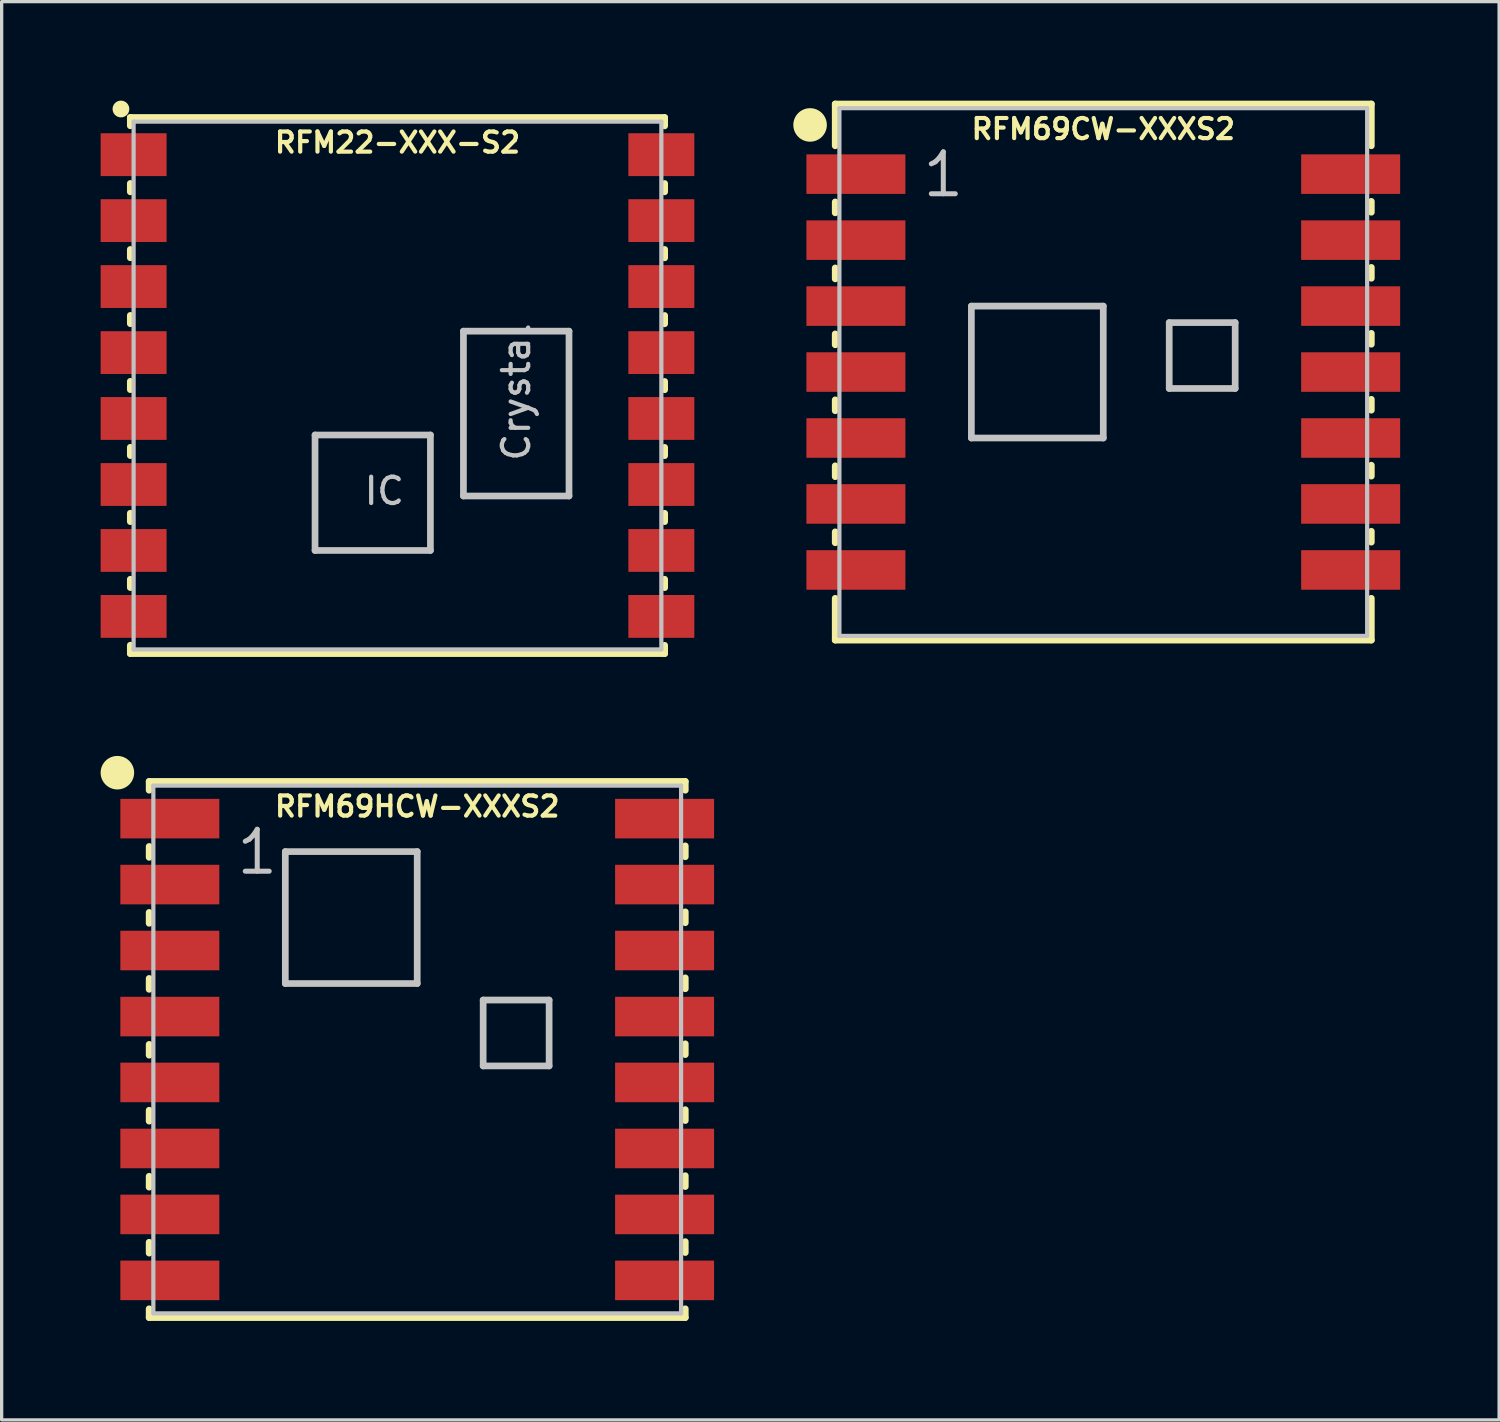
<source format=kicad_pcb>
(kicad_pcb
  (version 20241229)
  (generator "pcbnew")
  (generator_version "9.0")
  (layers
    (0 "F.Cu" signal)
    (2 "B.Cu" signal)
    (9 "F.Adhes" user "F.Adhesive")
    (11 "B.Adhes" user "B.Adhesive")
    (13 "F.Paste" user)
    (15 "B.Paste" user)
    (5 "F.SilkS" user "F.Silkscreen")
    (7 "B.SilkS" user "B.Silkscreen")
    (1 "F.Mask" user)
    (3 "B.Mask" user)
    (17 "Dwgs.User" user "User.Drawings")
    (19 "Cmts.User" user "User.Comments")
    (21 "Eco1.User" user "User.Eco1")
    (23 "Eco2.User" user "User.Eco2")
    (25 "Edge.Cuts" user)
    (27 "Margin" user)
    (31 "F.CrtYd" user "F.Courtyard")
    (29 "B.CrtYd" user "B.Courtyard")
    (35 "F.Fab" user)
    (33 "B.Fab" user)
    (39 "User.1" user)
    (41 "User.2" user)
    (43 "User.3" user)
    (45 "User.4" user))
  (footprint "RFM22-XXX-S2"
    (layer "F.Cu")
    (at 8.998 8.636)
    (property "Reference" "RFM22-XXX-S2" (at 0 -7.366 0) (layer "F.SilkS") (effects (font (size 0.61 0.61) (thickness 0.127))))
    (attr smd)
    (fp_line (start -8.098 -8.125) (end -8.098 -7.874) (stroke (width 0.203) (type solid)) (layer "F.SilkS"))
    (fp_line (start -8.098 -8.125) (end 8.098 -8.125) (stroke (width 0.203) (type solid)) (layer "F.SilkS"))
    (fp_line (start -8.098 -6.126) (end -8.098 -5.872) (stroke (width 0.203) (type solid)) (layer "F.SilkS"))
    (fp_line (start -8.098 -4.125) (end -8.098 -3.873) (stroke (width 0.203) (type solid)) (layer "F.SilkS"))
    (fp_line (start -8.098 -2.126) (end -8.098 -1.875) (stroke (width 0.203) (type solid)) (layer "F.SilkS"))
    (fp_line (start -8.098 -0.127) (end -8.098 0.124) (stroke (width 0.203) (type solid)) (layer "F.SilkS"))
    (fp_line (start -8.098 1.872) (end -8.098 2.123) (stroke (width 0.203) (type solid)) (layer "F.SilkS"))
    (fp_line (start -8.098 3.871) (end -8.098 4.125) (stroke (width 0.203) (type solid)) (layer "F.SilkS"))
    (fp_line (start -8.098 5.872) (end -8.098 6.124) (stroke (width 0.203) (type solid)) (layer "F.SilkS"))
    (fp_line (start -8.098 7.871) (end -8.098 8.123) (stroke (width 0.203) (type solid)) (layer "F.SilkS"))
    (fp_line (start 8.098 -7.871) (end 8.098 -8.123) (stroke (width 0.203) (type solid)) (layer "F.SilkS"))
    (fp_line (start 8.098 -5.872) (end 8.098 -6.124) (stroke (width 0.203) (type solid)) (layer "F.SilkS"))
    (fp_line (start 8.098 -3.871) (end 8.098 -4.125) (stroke (width 0.203) (type solid)) (layer "F.SilkS"))
    (fp_line (start 8.098 -1.872) (end 8.098 -2.123) (stroke (width 0.203) (type solid)) (layer "F.SilkS"))
    (fp_line (start 8.098 0.127) (end 8.098 -0.124) (stroke (width 0.203) (type solid)) (layer "F.SilkS"))
    (fp_line (start 8.098 2.126) (end 8.098 1.875) (stroke (width 0.203) (type solid)) (layer "F.SilkS"))
    (fp_line (start 8.098 4.125) (end 8.098 3.873) (stroke (width 0.203) (type solid)) (layer "F.SilkS"))
    (fp_line (start 8.098 6.126) (end 8.098 5.872) (stroke (width 0.203) (type solid)) (layer "F.SilkS"))
    (fp_line (start 8.098 8.125) (end -8.098 8.125) (stroke (width 0.203) (type solid)) (layer "F.SilkS"))
    (fp_line (start 8.098 8.125) (end 8.098 7.874) (stroke (width 0.203) (type solid)) (layer "F.SilkS"))
    (fp_circle (center -8.382 -8.382) (end -8.382 -8.636) (stroke (width 0) (type solid)) (fill yes) (layer "F.SilkS"))
    (fp_line (start -7.998 -7.998) (end -7.998 7.998) (stroke (width 0.127) (type solid)) (layer "Dwgs.User"))
    (fp_line (start -7.998 -7.998) (end 7.998 -7.998) (stroke (width 0.127) (type solid)) (layer "Dwgs.User"))
    (fp_line (start -2.499 1.499) (end 0.998 1.499) (stroke (width 0.203) (type solid)) (layer "Dwgs.User"))
    (fp_line (start -2.499 4.999) (end -2.499 1.499) (stroke (width 0.203) (type solid)) (layer "Dwgs.User"))
    (fp_line (start 0.998 1.499) (end 0.998 4.999) (stroke (width 0.203) (type solid)) (layer "Dwgs.User"))
    (fp_line (start 0.998 4.999) (end -2.499 4.999) (stroke (width 0.203) (type solid)) (layer "Dwgs.User"))
    (fp_line (start 1.999 -1.648) (end 1.999 3.348) (stroke (width 0.203) (type solid)) (layer "Dwgs.User"))
    (fp_line (start 1.999 -1.648) (end 5.199 -1.648) (stroke (width 0.203) (type solid)) (layer "Dwgs.User"))
    (fp_line (start 1.999 3.348) (end 5.199 3.348) (stroke (width 0.203) (type solid)) (layer "Dwgs.User"))
    (fp_line (start 5.199 -1.648) (end 5.199 3.348) (stroke (width 0.203) (type solid)) (layer "Dwgs.User"))
    (fp_line (start 7.998 7.998) (end -7.998 7.998) (stroke (width 0.127) (type solid)) (layer "Dwgs.User"))
    (fp_line (start 7.998 7.998) (end 7.998 -7.998) (stroke (width 0.127) (type solid)) (layer "Dwgs.User"))
    (fp_text user "IC" (at -0.399 3.198 0) (layer "Dwgs.User") (effects (font (size 0.798 0.798) (thickness 0.127))))
    (fp_text user "Crystal" (at 3.599 0.198 90) (layer "Dwgs.User") (effects (font (size 0.798 0.798) (thickness 0.127))))
    (pad "1" smd rect (at -7.998 -6.998 90) (size 1.298 1.999) (layers "F.Cu" "F.Mask" "F.Paste"))
    (pad "2" smd rect (at -7.998 -4.999 90) (size 1.298 1.999) (layers "F.Cu" "F.Mask" "F.Paste"))
    (pad "3" smd rect (at -7.998 -3 90) (size 1.298 1.999) (layers "F.Cu" "F.Mask" "F.Paste"))
    (pad "4" smd rect (at -7.998 -0.998 90) (size 1.298 1.999) (layers "F.Cu" "F.Mask" "F.Paste"))
    (pad "5" smd rect (at -7.998 0.998 90) (size 1.298 1.999) (layers "F.Cu" "F.Mask" "F.Paste"))
    (pad "6" smd rect (at -7.998 3 90) (size 1.298 1.999) (layers "F.Cu" "F.Mask" "F.Paste"))
    (pad "7" smd rect (at -7.998 4.999 90) (size 1.298 1.999) (layers "F.Cu" "F.Mask" "F.Paste"))
    (pad "8" smd rect (at -7.998 6.998 90) (size 1.298 1.999) (layers "F.Cu" "F.Mask" "F.Paste"))
    (pad "9" smd rect (at 7.998 6.998 90) (size 1.298 1.999) (layers "F.Cu" "F.Mask" "F.Paste"))
    (pad "10" smd rect (at 7.998 4.999 90) (size 1.298 1.999) (layers "F.Cu" "F.Mask" "F.Paste"))
    (pad "11" smd rect (at 7.998 3 90) (size 1.298 1.999) (layers "F.Cu" "F.Mask" "F.Paste"))
    (pad "12" smd rect (at 7.998 0.998 90) (size 1.298 1.999) (layers "F.Cu" "F.Mask" "F.Paste"))
    (pad "13" smd rect (at 7.998 -0.998 90) (size 1.298 1.999) (layers "F.Cu" "F.Mask" "F.Paste"))
    (pad "14" smd rect (at 7.998 -3 90) (size 1.298 1.999) (layers "F.Cu" "F.Mask" "F.Paste"))
    (pad "15" smd rect (at 7.998 -4.999 90) (size 1.298 1.999) (layers "F.Cu" "F.Mask" "F.Paste"))
    (pad "16" smd rect (at 7.998 -6.998 90) (size 1.298 1.999) (layers "F.Cu" "F.Mask" "F.Paste")))
  (footprint "RFM69CW-XXXS2"
    (layer "F.Cu")
    (at 30.391 8.227)
    (property "Reference" "RFM69CW-XXXS2" (at 0 -7.366 0) (layer "F.SilkS") (effects (font (size 0.61 0.61) (thickness 0.127))))
    (attr smd)
    (fp_line (start -8.125 -8.125) (end 8.125 -8.125) (stroke (width 0.203) (type solid)) (layer "F.SilkS"))
    (fp_line (start -8.125 -6.858) (end -8.125 -8.125) (stroke (width 0.203) (type solid)) (layer "F.SilkS"))
    (fp_line (start -8.125 -4.826) (end -8.125 -5.156) (stroke (width 0.203) (type solid)) (layer "F.SilkS"))
    (fp_line (start -8.125 -2.824) (end -8.125 -3.155) (stroke (width 0.203) (type solid)) (layer "F.SilkS"))
    (fp_line (start -8.125 -0.826) (end -8.125 -1.156) (stroke (width 0.203) (type solid)) (layer "F.SilkS"))
    (fp_line (start -8.125 1.173) (end -8.125 0.843) (stroke (width 0.203) (type solid)) (layer "F.SilkS"))
    (fp_line (start -8.125 3.172) (end -8.125 2.842) (stroke (width 0.203) (type solid)) (layer "F.SilkS"))
    (fp_line (start -8.125 5.174) (end -8.125 4.844) (stroke (width 0.203) (type solid)) (layer "F.SilkS"))
    (fp_line (start -8.125 8.125) (end -8.125 6.858) (stroke (width 0.203) (type solid)) (layer "F.SilkS"))
    (fp_line (start 8.125 -8.125) (end 8.125 -6.858) (stroke (width 0.203) (type solid)) (layer "F.SilkS"))
    (fp_line (start 8.125 -5.174) (end 8.125 -4.844) (stroke (width 0.203) (type solid)) (layer "F.SilkS"))
    (fp_line (start 8.125 -3.172) (end 8.125 -2.842) (stroke (width 0.203) (type solid)) (layer "F.SilkS"))
    (fp_line (start 8.125 -1.173) (end 8.125 -0.843) (stroke (width 0.203) (type solid)) (layer "F.SilkS"))
    (fp_line (start 8.125 0.826) (end 8.125 1.156) (stroke (width 0.203) (type solid)) (layer "F.SilkS"))
    (fp_line (start 8.125 2.824) (end 8.125 3.155) (stroke (width 0.203) (type solid)) (layer "F.SilkS"))
    (fp_line (start 8.125 4.826) (end 8.125 5.156) (stroke (width 0.203) (type solid)) (layer "F.SilkS"))
    (fp_line (start 8.125 6.858) (end 8.125 8.125) (stroke (width 0.203) (type solid)) (layer "F.SilkS"))
    (fp_line (start 8.125 8.125) (end -8.125 8.125) (stroke (width 0.203) (type solid)) (layer "F.SilkS"))
    (fp_circle (center -8.887 -7.49) (end -8.887 -7.998) (stroke (width 0) (type solid)) (fill yes) (layer "F.SilkS"))
    (fp_line (start -7.998 -7.998) (end -7.998 7.998) (stroke (width 0.127) (type solid)) (layer "Dwgs.User"))
    (fp_line (start -7.998 7.998) (end 7.998 7.998) (stroke (width 0.127) (type solid)) (layer "Dwgs.User"))
    (fp_line (start -3.998 -1.999) (end -3.998 1.999) (stroke (width 0.203) (type solid)) (layer "Dwgs.User"))
    (fp_line (start -3.998 1.999) (end 0 1.999) (stroke (width 0.203) (type solid)) (layer "Dwgs.User"))
    (fp_line (start 0 -1.999) (end -3.998 -1.999) (stroke (width 0.203) (type solid)) (layer "Dwgs.User"))
    (fp_line (start 0 1.999) (end 0 -1.999) (stroke (width 0.203) (type solid)) (layer "Dwgs.User"))
    (fp_line (start 1.999 0.498) (end 1.999 -1.499) (stroke (width 0.203) (type solid)) (layer "Dwgs.User"))
    (fp_line (start 3.998 -1.499) (end 1.999 -1.499) (stroke (width 0.203) (type solid)) (layer "Dwgs.User"))
    (fp_line (start 3.998 0.498) (end 1.999 0.498) (stroke (width 0.203) (type solid)) (layer "Dwgs.User"))
    (fp_line (start 3.998 0.498) (end 3.998 -1.499) (stroke (width 0.203) (type solid)) (layer "Dwgs.User"))
    (fp_line (start 7.998 -7.998) (end -7.998 -7.998) (stroke (width 0.127) (type solid)) (layer "Dwgs.User"))
    (fp_line (start 7.998 7.998) (end 7.998 -7.998) (stroke (width 0.127) (type solid)) (layer "Dwgs.User"))
    (fp_text user "1" (at -4.849 -5.984 0) (layer "Dwgs.User") (effects (font (size 1.27 1.27) (thickness 0.152))))
    (pad "1" smd rect (at -7.498 -5.999) (size 3 1.199) (layers "F.Cu" "F.Mask" "F.Paste"))
    (pad "2" smd rect (at -7.498 -3.998) (size 3 1.199) (layers "F.Cu" "F.Mask" "F.Paste"))
    (pad "3" smd rect (at -7.498 -1.999) (size 3 1.199) (layers "F.Cu" "F.Mask" "F.Paste"))
    (pad "4" smd rect (at -7.498 0) (size 3 1.199) (layers "F.Cu" "F.Mask" "F.Paste"))
    (pad "5" smd rect (at -7.498 1.999) (size 3 1.199) (layers "F.Cu" "F.Mask" "F.Paste"))
    (pad "6" smd rect (at -7.498 3.998) (size 3 1.199) (layers "F.Cu" "F.Mask" "F.Paste"))
    (pad "7" smd rect (at -7.498 5.999) (size 3 1.199) (layers "F.Cu" "F.Mask" "F.Paste"))
    (pad "8" smd rect (at 7.498 5.999) (size 3 1.199) (layers "F.Cu" "F.Mask" "F.Paste"))
    (pad "9" smd rect (at 7.498 3.998) (size 3 1.199) (layers "F.Cu" "F.Mask" "F.Paste"))
    (pad "10" smd rect (at 7.498 1.999) (size 3 1.199) (layers "F.Cu" "F.Mask" "F.Paste"))
    (pad "11" smd rect (at 7.498 0) (size 3 1.199) (layers "F.Cu" "F.Mask" "F.Paste"))
    (pad "12" smd rect (at 7.498 -1.999) (size 3 1.199) (layers "F.Cu" "F.Mask" "F.Paste"))
    (pad "13" smd rect (at 7.498 -3.998) (size 3 1.199) (layers "F.Cu" "F.Mask" "F.Paste"))
    (pad "14" smd rect (at 7.498 -5.999) (size 3 1.199) (layers "F.Cu" "F.Mask" "F.Paste")))
  (footprint "RFM69HCW-XXXS2"
    (layer "F.Cu")
    (at 9.596 28.761)
    (property "Reference" "RFM69HCW-XXXS2" (at 0 -7.366 0) (layer "F.SilkS") (effects (font (size 0.61 0.61) (thickness 0.127))))
    (attr smd)
    (fp_line (start -8.125 -8.125) (end 8.125 -8.125) (stroke (width 0.203) (type solid)) (layer "F.SilkS"))
    (fp_line (start -8.125 -7.859) (end -8.125 -8.125) (stroke (width 0.203) (type solid)) (layer "F.SilkS"))
    (fp_line (start -8.125 -5.824) (end -8.125 -6.154) (stroke (width 0.203) (type solid)) (layer "F.SilkS"))
    (fp_line (start -8.125 -3.825) (end -8.125 -4.155) (stroke (width 0.203) (type solid)) (layer "F.SilkS"))
    (fp_line (start -8.125 -1.824) (end -8.125 -2.154) (stroke (width 0.203) (type solid)) (layer "F.SilkS"))
    (fp_line (start -8.125 0.173) (end -8.125 -0.155) (stroke (width 0.203) (type solid)) (layer "F.SilkS"))
    (fp_line (start -8.125 2.172) (end -8.125 1.841) (stroke (width 0.203) (type solid)) (layer "F.SilkS"))
    (fp_line (start -8.125 4.173) (end -8.125 3.843) (stroke (width 0.203) (type solid)) (layer "F.SilkS"))
    (fp_line (start -8.125 6.172) (end -8.125 5.842) (stroke (width 0.203) (type solid)) (layer "F.SilkS"))
    (fp_line (start -8.125 8.125) (end -8.125 7.859) (stroke (width 0.203) (type solid)) (layer "F.SilkS"))
    (fp_line (start 8.125 -8.125) (end 8.125 -7.859) (stroke (width 0.203) (type solid)) (layer "F.SilkS"))
    (fp_line (start 8.125 -6.172) (end 8.125 -5.842) (stroke (width 0.203) (type solid)) (layer "F.SilkS"))
    (fp_line (start 8.125 -4.173) (end 8.125 -3.843) (stroke (width 0.203) (type solid)) (layer "F.SilkS"))
    (fp_line (start 8.125 -2.172) (end 8.125 -1.841) (stroke (width 0.203) (type solid)) (layer "F.SilkS"))
    (fp_line (start 8.125 -0.173) (end 8.125 0.155) (stroke (width 0.203) (type solid)) (layer "F.SilkS"))
    (fp_line (start 8.125 1.824) (end 8.125 2.154) (stroke (width 0.203) (type solid)) (layer "F.SilkS"))
    (fp_line (start 8.125 3.825) (end 8.125 4.155) (stroke (width 0.203) (type solid)) (layer "F.SilkS"))
    (fp_line (start 8.125 5.824) (end 8.125 6.154) (stroke (width 0.203) (type solid)) (layer "F.SilkS"))
    (fp_line (start 8.125 7.859) (end 8.125 8.125) (stroke (width 0.203) (type solid)) (layer "F.SilkS"))
    (fp_line (start 8.125 8.125) (end -8.125 8.125) (stroke (width 0.203) (type solid)) (layer "F.SilkS"))
    (fp_circle (center -9.088 -8.39) (end -9.088 -8.898) (stroke (width 0) (type solid)) (fill yes) (layer "F.SilkS"))
    (fp_line (start -7.998 -7.998) (end -7.998 7.998) (stroke (width 0.127) (type solid)) (layer "Dwgs.User"))
    (fp_line (start -7.998 7.998) (end 7.998 7.998) (stroke (width 0.127) (type solid)) (layer "Dwgs.User"))
    (fp_line (start -3.998 -5.999) (end -3.998 -1.999) (stroke (width 0.203) (type solid)) (layer "Dwgs.User"))
    (fp_line (start -3.998 -1.999) (end 0 -1.999) (stroke (width 0.203) (type solid)) (layer "Dwgs.User"))
    (fp_line (start 0 -5.999) (end -3.998 -5.999) (stroke (width 0.203) (type solid)) (layer "Dwgs.User"))
    (fp_line (start 0 -1.999) (end 0 -5.999) (stroke (width 0.203) (type solid)) (layer "Dwgs.User"))
    (fp_line (start 1.999 0.498) (end 1.999 -1.499) (stroke (width 0.203) (type solid)) (layer "Dwgs.User"))
    (fp_line (start 3.998 -1.499) (end 1.999 -1.499) (stroke (width 0.203) (type solid)) (layer "Dwgs.User"))
    (fp_line (start 3.998 0.498) (end 1.999 0.498) (stroke (width 0.203) (type solid)) (layer "Dwgs.User"))
    (fp_line (start 3.998 0.498) (end 3.998 -1.499) (stroke (width 0.203) (type solid)) (layer "Dwgs.User"))
    (fp_line (start 7.998 -7.998) (end -7.998 -7.998) (stroke (width 0.127) (type solid)) (layer "Dwgs.User"))
    (fp_line (start 7.998 7.998) (end 7.998 -7.998) (stroke (width 0.127) (type solid)) (layer "Dwgs.User"))
    (fp_text user "1" (at -4.849 -5.984 0) (layer "Dwgs.User") (effects (font (size 1.27 1.27) (thickness 0.152))))
    (pad "1" smd rect (at -7.498 -6.998) (size 3 1.199) (layers "F.Cu" "F.Mask" "F.Paste"))
    (pad "2" smd rect (at -7.498 -4.999) (size 3 1.199) (layers "F.Cu" "F.Mask" "F.Paste"))
    (pad "3" smd rect (at -7.498 -3) (size 3 1.199) (layers "F.Cu" "F.Mask" "F.Paste"))
    (pad "4" smd rect (at -7.498 -0.998) (size 3 1.199) (layers "F.Cu" "F.Mask" "F.Paste"))
    (pad "5" smd rect (at -7.498 0.998) (size 3 1.199) (layers "F.Cu" "F.Mask" "F.Paste"))
    (pad "6" smd rect (at -7.498 3) (size 3 1.199) (layers "F.Cu" "F.Mask" "F.Paste"))
    (pad "7" smd rect (at -7.498 4.999) (size 3 1.199) (layers "F.Cu" "F.Mask" "F.Paste"))
    (pad "8" smd rect (at -7.498 6.998) (size 3 1.199) (layers "F.Cu" "F.Mask" "F.Paste"))
    (pad "9" smd rect (at 7.498 6.998) (size 3 1.199) (layers "F.Cu" "F.Mask" "F.Paste"))
    (pad "10" smd rect (at 7.498 4.999) (size 3 1.199) (layers "F.Cu" "F.Mask" "F.Paste"))
    (pad "11" smd rect (at 7.498 3) (size 3 1.199) (layers "F.Cu" "F.Mask" "F.Paste"))
    (pad "12" smd rect (at 7.498 0.998) (size 3 1.199) (layers "F.Cu" "F.Mask" "F.Paste"))
    (pad "13" smd rect (at 7.498 -0.998) (size 3 1.199) (layers "F.Cu" "F.Mask" "F.Paste"))
    (pad "14" smd rect (at 7.498 -3) (size 3 1.199) (layers "F.Cu" "F.Mask" "F.Paste"))
    (pad "15" smd rect (at 7.498 -4.999) (size 3 1.199) (layers "F.Cu" "F.Mask" "F.Paste"))
    (pad "16" smd rect (at 7.498 -6.998) (size 3 1.199) (layers "F.Cu" "F.Mask" "F.Paste")))
  (gr_rect
    (start -3 -3)
    (end 42.389 39.988)
    (stroke (width 0.1) (type default))
    (fill no)
    (layer "Edge.Cuts")))
</source>
